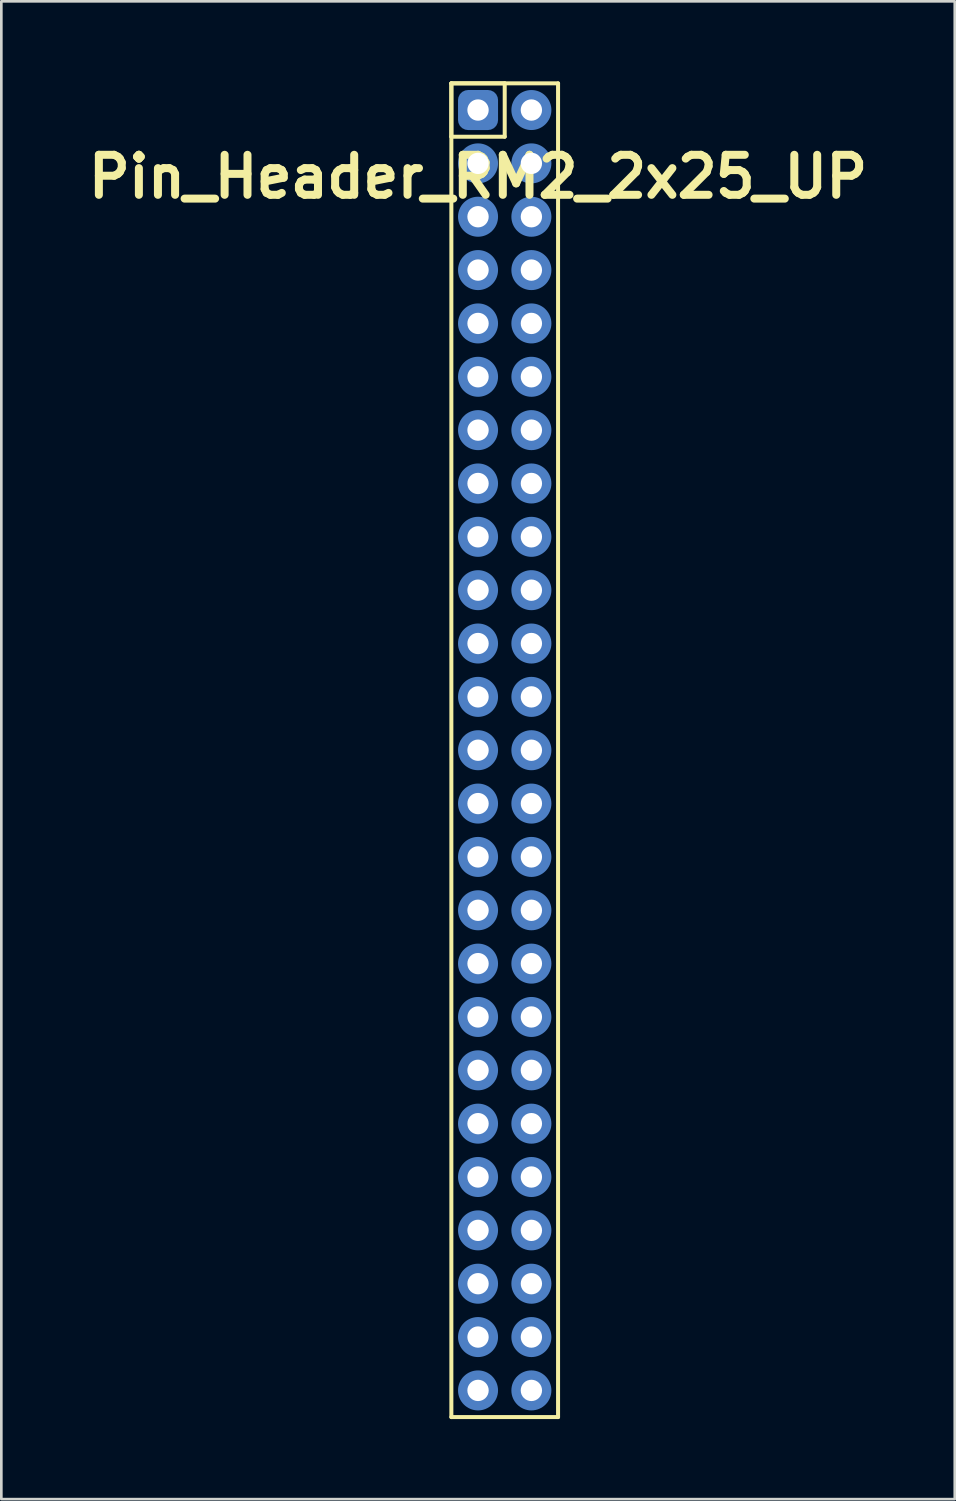
<source format=kicad_pcb>
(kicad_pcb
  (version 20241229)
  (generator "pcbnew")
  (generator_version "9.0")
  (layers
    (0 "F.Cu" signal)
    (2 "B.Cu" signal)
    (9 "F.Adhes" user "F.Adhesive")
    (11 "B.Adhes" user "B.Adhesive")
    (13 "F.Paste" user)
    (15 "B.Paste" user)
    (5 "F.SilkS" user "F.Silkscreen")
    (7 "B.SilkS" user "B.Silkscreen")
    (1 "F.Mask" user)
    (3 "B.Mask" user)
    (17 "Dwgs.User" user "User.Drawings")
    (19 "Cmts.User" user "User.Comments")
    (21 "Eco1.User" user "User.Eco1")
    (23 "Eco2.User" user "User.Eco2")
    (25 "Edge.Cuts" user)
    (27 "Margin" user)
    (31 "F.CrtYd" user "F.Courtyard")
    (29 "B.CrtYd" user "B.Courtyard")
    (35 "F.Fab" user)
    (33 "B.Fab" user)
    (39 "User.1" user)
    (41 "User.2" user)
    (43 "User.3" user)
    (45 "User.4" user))
  (footprint "Pin_Header_RM2_2x25_UP"
    (layer "F.Cu")
    (at 14.871 1.075)
    (property "Reference" "Pin_Header_RM2_2x25_UP" (at 0 2.5 0) (layer "F.SilkS") (effects (font (size 1.5 1.5) (thickness 0.3))))
    (attr through_hole)
    (fp_line (start -1 -1) (end 1 -1) (stroke (width 0.15) (type solid)) (layer "F.SilkS"))
    (fp_line (start -1 -1) (end 3 -1) (stroke (width 0.15) (type solid)) (layer "F.SilkS"))
    (fp_line (start -1 1) (end -1 -1) (stroke (width 0.15) (type solid)) (layer "F.SilkS"))
    (fp_line (start -1 49) (end -1 -1) (stroke (width 0.15) (type solid)) (layer "F.SilkS"))
    (fp_line (start 1 -1) (end 1 1) (stroke (width 0.15) (type solid)) (layer "F.SilkS"))
    (fp_line (start 1 1) (end -1 1) (stroke (width 0.15) (type solid)) (layer "F.SilkS"))
    (fp_line (start 3 -1) (end 3 49) (stroke (width 0.15) (type solid)) (layer "F.SilkS"))
    (fp_line (start 3 49) (end -1 49) (stroke (width 0.15) (type solid)) (layer "F.SilkS"))
    (pad "1" thru_hole circle (at 0 0) (size 1.1 1.1) (drill 0.8) (layers "*.Cu" "*.Mask"))
    (pad "1" smd roundrect (at 0 0) (size 1.25 1.25) (layers "F.Cu" "F.Mask") (roundrect_rratio 0.25))
    (pad "1" smd roundrect (at 0 0) (size 1.5 1.5) (layers "B.Cu" "B.Mask") (roundrect_rratio 0.25))
    (pad "2" thru_hole circle (at 2 0) (size 1.1 1.1) (drill 0.8) (layers "*.Cu" "*.Mask"))
    (pad "2" smd circle (at 2 0) (size 1.25 1.25) (layers "F.Cu" "F.Mask"))
    (pad "2" smd circle (at 2 0) (size 1.5 1.5) (layers "B.Cu" "B.Mask"))
    (pad "3" thru_hole circle (at 0 2) (size 1.1 1.1) (drill 0.8) (layers "*.Cu" "*.Mask"))
    (pad "3" smd circle (at 0 2) (size 1.25 1.25) (layers "F.Cu" "F.Mask"))
    (pad "3" smd circle (at 0 2) (size 1.5 1.5) (layers "B.Cu" "B.Mask"))
    (pad "4" thru_hole circle (at 2 2) (size 1.1 1.1) (drill 0.8) (layers "*.Cu" "*.Mask"))
    (pad "4" smd circle (at 2 2) (size 1.25 1.25) (layers "F.Cu" "F.Mask"))
    (pad "4" smd circle (at 2 2) (size 1.5 1.5) (layers "B.Cu" "B.Mask"))
    (pad "5" thru_hole circle (at 0 4) (size 1.1 1.1) (drill 0.8) (layers "*.Cu" "*.Mask"))
    (pad "5" smd circle (at 0 4) (size 1.25 1.25) (layers "F.Cu" "F.Mask"))
    (pad "5" smd circle (at 0 4) (size 1.5 1.5) (layers "B.Cu" "B.Mask"))
    (pad "6" thru_hole circle (at 2 4) (size 1.1 1.1) (drill 0.8) (layers "*.Cu" "*.Mask"))
    (pad "6" smd circle (at 2 4) (size 1.25 1.25) (layers "F.Cu" "F.Mask"))
    (pad "6" smd circle (at 2 4) (size 1.5 1.5) (layers "B.Cu" "B.Mask"))
    (pad "7" thru_hole circle (at 0 6) (size 1.1 1.1) (drill 0.8) (layers "*.Cu" "*.Mask"))
    (pad "7" smd circle (at 0 6) (size 1.25 1.25) (layers "F.Cu" "F.Mask"))
    (pad "7" smd circle (at 0 6) (size 1.5 1.5) (layers "B.Cu" "B.Mask"))
    (pad "8" thru_hole circle (at 2 6) (size 1.1 1.1) (drill 0.8) (layers "*.Cu" "*.Mask"))
    (pad "8" smd circle (at 2 6) (size 1.25 1.25) (layers "F.Cu" "F.Mask"))
    (pad "8" smd circle (at 2 6) (size 1.5 1.5) (layers "B.Cu" "B.Mask"))
    (pad "9" thru_hole circle (at 0 8) (size 1.1 1.1) (drill 0.8) (layers "*.Cu" "*.Mask"))
    (pad "9" smd circle (at 0 8) (size 1.25 1.25) (layers "F.Cu" "F.Mask"))
    (pad "9" smd circle (at 0 8) (size 1.5 1.5) (layers "B.Cu" "B.Mask"))
    (pad "10" thru_hole circle (at 2 8) (size 1.1 1.1) (drill 0.8) (layers "*.Cu" "*.Mask"))
    (pad "10" smd circle (at 2 8) (size 1.25 1.25) (layers "F.Cu" "F.Mask"))
    (pad "10" smd circle (at 2 8) (size 1.5 1.5) (layers "B.Cu" "B.Mask"))
    (pad "11" thru_hole circle (at 0 10) (size 1.1 1.1) (drill 0.8) (layers "*.Cu" "*.Mask"))
    (pad "11" smd circle (at 0 10) (size 1.25 1.25) (layers "F.Cu" "F.Mask"))
    (pad "11" smd circle (at 0 10) (size 1.5 1.5) (layers "B.Cu" "B.Mask"))
    (pad "12" thru_hole circle (at 2 10) (size 1.1 1.1) (drill 0.8) (layers "*.Cu" "*.Mask"))
    (pad "12" smd circle (at 2 10) (size 1.25 1.25) (layers "F.Cu" "F.Mask"))
    (pad "12" smd circle (at 2 10) (size 1.5 1.5) (layers "B.Cu" "B.Mask"))
    (pad "13" thru_hole circle (at 0 12) (size 1.1 1.1) (drill 0.8) (layers "*.Cu" "*.Mask"))
    (pad "13" smd circle (at 0 12) (size 1.25 1.25) (layers "F.Cu" "F.Mask"))
    (pad "13" smd circle (at 0 12) (size 1.5 1.5) (layers "B.Cu" "B.Mask"))
    (pad "14" thru_hole circle (at 2 12) (size 1.1 1.1) (drill 0.8) (layers "*.Cu" "*.Mask"))
    (pad "14" smd circle (at 2 12) (size 1.25 1.25) (layers "F.Cu" "F.Mask"))
    (pad "14" smd circle (at 2 12) (size 1.5 1.5) (layers "B.Cu" "B.Mask"))
    (pad "15" thru_hole circle (at 0 14) (size 1.1 1.1) (drill 0.8) (layers "*.Cu" "*.Mask"))
    (pad "15" smd circle (at 0 14) (size 1.25 1.25) (layers "F.Cu" "F.Mask"))
    (pad "15" smd circle (at 0 14) (size 1.5 1.5) (layers "B.Cu" "B.Mask"))
    (pad "16" thru_hole circle (at 2 14) (size 1.1 1.1) (drill 0.8) (layers "*.Cu" "*.Mask"))
    (pad "16" smd circle (at 2 14) (size 1.25 1.25) (layers "F.Cu" "F.Mask"))
    (pad "16" smd circle (at 2 14) (size 1.5 1.5) (layers "B.Cu" "B.Mask"))
    (pad "17" thru_hole circle (at 0 16) (size 1.1 1.1) (drill 0.8) (layers "*.Cu" "*.Mask"))
    (pad "17" smd circle (at 0 16) (size 1.25 1.25) (layers "F.Cu" "F.Mask"))
    (pad "17" smd circle (at 0 16) (size 1.5 1.5) (layers "B.Cu" "B.Mask"))
    (pad "18" thru_hole circle (at 2 16) (size 1.1 1.1) (drill 0.8) (layers "*.Cu" "*.Mask"))
    (pad "18" smd circle (at 2 16) (size 1.25 1.25) (layers "F.Cu" "F.Mask"))
    (pad "18" smd circle (at 2 16) (size 1.5 1.5) (layers "B.Cu" "B.Mask"))
    (pad "19" thru_hole circle (at 0 18) (size 1.1 1.1) (drill 0.8) (layers "*.Cu" "*.Mask"))
    (pad "19" smd circle (at 0 18) (size 1.25 1.25) (layers "F.Cu" "F.Mask"))
    (pad "19" smd circle (at 0 18) (size 1.5 1.5) (layers "B.Cu" "B.Mask"))
    (pad "20" thru_hole circle (at 2 18) (size 1.1 1.1) (drill 0.8) (layers "*.Cu" "*.Mask"))
    (pad "20" smd circle (at 2 18) (size 1.25 1.25) (layers "F.Cu" "F.Mask"))
    (pad "20" smd circle (at 2 18) (size 1.5 1.5) (layers "B.Cu" "B.Mask"))
    (pad "21" thru_hole circle (at 0 20) (size 1.1 1.1) (drill 0.8) (layers "*.Cu" "*.Mask"))
    (pad "21" smd circle (at 0 20) (size 1.25 1.25) (layers "F.Cu" "F.Mask"))
    (pad "21" smd circle (at 0 20) (size 1.5 1.5) (layers "B.Cu" "B.Mask"))
    (pad "22" thru_hole circle (at 2 20) (size 1.1 1.1) (drill 0.8) (layers "*.Cu" "*.Mask"))
    (pad "22" smd circle (at 2 20) (size 1.25 1.25) (layers "F.Cu" "F.Mask"))
    (pad "22" smd circle (at 2 20) (size 1.5 1.5) (layers "B.Cu" "B.Mask"))
    (pad "23" thru_hole circle (at 0 22) (size 1.1 1.1) (drill 0.8) (layers "*.Cu" "*.Mask"))
    (pad "23" smd circle (at 0 22) (size 1.25 1.25) (layers "F.Cu" "F.Mask"))
    (pad "23" smd circle (at 0 22) (size 1.5 1.5) (layers "B.Cu" "B.Mask"))
    (pad "24" thru_hole circle (at 2 22) (size 1.1 1.1) (drill 0.8) (layers "*.Cu" "*.Mask"))
    (pad "24" smd circle (at 2 22) (size 1.25 1.25) (layers "F.Cu" "F.Mask"))
    (pad "24" smd circle (at 2 22) (size 1.5 1.5) (layers "B.Cu" "B.Mask"))
    (pad "25" thru_hole circle (at 0 24) (size 1.1 1.1) (drill 0.8) (layers "*.Cu" "*.Mask"))
    (pad "25" smd circle (at 0 24) (size 1.25 1.25) (layers "F.Cu" "F.Mask"))
    (pad "25" smd circle (at 0 24) (size 1.5 1.5) (layers "B.Cu" "B.Mask"))
    (pad "26" thru_hole circle (at 2 24) (size 1.1 1.1) (drill 0.8) (layers "*.Cu" "*.Mask"))
    (pad "26" smd circle (at 2 24) (size 1.25 1.25) (layers "F.Cu" "F.Mask"))
    (pad "26" smd circle (at 2 24) (size 1.5 1.5) (layers "B.Cu" "B.Mask"))
    (pad "27" thru_hole circle (at 0 26) (size 1.1 1.1) (drill 0.8) (layers "*.Cu" "*.Mask"))
    (pad "27" smd circle (at 0 26) (size 1.25 1.25) (layers "F.Cu" "F.Mask"))
    (pad "27" smd circle (at 0 26) (size 1.5 1.5) (layers "B.Cu" "B.Mask"))
    (pad "28" thru_hole circle (at 2 26) (size 1.1 1.1) (drill 0.8) (layers "*.Cu" "*.Mask"))
    (pad "28" smd circle (at 2 26) (size 1.25 1.25) (layers "F.Cu" "F.Mask"))
    (pad "28" smd circle (at 2 26) (size 1.5 1.5) (layers "B.Cu" "B.Mask"))
    (pad "29" thru_hole circle (at 0 28) (size 1.1 1.1) (drill 0.8) (layers "*.Cu" "*.Mask"))
    (pad "29" smd circle (at 0 28) (size 1.25 1.25) (layers "F.Cu" "F.Mask"))
    (pad "29" smd circle (at 0 28) (size 1.5 1.5) (layers "B.Cu" "B.Mask"))
    (pad "30" thru_hole circle (at 2 28) (size 1.1 1.1) (drill 0.8) (layers "*.Cu" "*.Mask"))
    (pad "30" smd circle (at 2 28) (size 1.25 1.25) (layers "F.Cu" "F.Mask"))
    (pad "30" smd circle (at 2 28) (size 1.5 1.5) (layers "B.Cu" "B.Mask"))
    (pad "31" thru_hole circle (at 0 30) (size 1.1 1.1) (drill 0.8) (layers "*.Cu" "*.Mask"))
    (pad "31" smd circle (at 0 30) (size 1.25 1.25) (layers "F.Cu" "F.Mask"))
    (pad "31" smd circle (at 0 30) (size 1.5 1.5) (layers "B.Cu" "B.Mask"))
    (pad "32" thru_hole circle (at 2 30) (size 1.1 1.1) (drill 0.8) (layers "*.Cu" "*.Mask"))
    (pad "32" smd circle (at 2 30) (size 1.25 1.25) (layers "F.Cu" "F.Mask"))
    (pad "32" smd circle (at 2 30) (size 1.5 1.5) (layers "B.Cu" "B.Mask"))
    (pad "33" thru_hole circle (at 0 32) (size 1.1 1.1) (drill 0.8) (layers "*.Cu" "*.Mask"))
    (pad "33" smd circle (at 0 32) (size 1.25 1.25) (layers "F.Cu" "F.Mask"))
    (pad "33" smd circle (at 0 32) (size 1.5 1.5) (layers "B.Cu" "B.Mask"))
    (pad "34" thru_hole circle (at 2 32) (size 1.1 1.1) (drill 0.8) (layers "*.Cu" "*.Mask"))
    (pad "34" smd circle (at 2 32) (size 1.25 1.25) (layers "F.Cu" "F.Mask"))
    (pad "34" smd circle (at 2 32) (size 1.5 1.5) (layers "B.Cu" "B.Mask"))
    (pad "35" thru_hole circle (at 0 34) (size 1.1 1.1) (drill 0.8) (layers "*.Cu" "*.Mask"))
    (pad "35" smd circle (at 0 34) (size 1.25 1.25) (layers "F.Cu" "F.Mask"))
    (pad "35" smd circle (at 0 34) (size 1.5 1.5) (layers "B.Cu" "B.Mask"))
    (pad "36" thru_hole circle (at 2 34) (size 1.1 1.1) (drill 0.8) (layers "*.Cu" "*.Mask"))
    (pad "36" smd circle (at 2 34) (size 1.25 1.25) (layers "F.Cu" "F.Mask"))
    (pad "36" smd circle (at 2 34) (size 1.5 1.5) (layers "B.Cu" "B.Mask"))
    (pad "37" thru_hole circle (at 0 36) (size 1.1 1.1) (drill 0.8) (layers "*.Cu" "*.Mask"))
    (pad "37" smd circle (at 0 36) (size 1.25 1.25) (layers "F.Cu" "F.Mask"))
    (pad "37" smd circle (at 0 36) (size 1.5 1.5) (layers "B.Cu" "B.Mask"))
    (pad "38" thru_hole circle (at 2 36) (size 1.1 1.1) (drill 0.8) (layers "*.Cu" "*.Mask"))
    (pad "38" smd circle (at 2 36) (size 1.25 1.25) (layers "F.Cu" "F.Mask"))
    (pad "38" smd circle (at 2 36) (size 1.5 1.5) (layers "B.Cu" "B.Mask"))
    (pad "39" thru_hole circle (at 0 38) (size 1.1 1.1) (drill 0.8) (layers "*.Cu" "*.Mask"))
    (pad "39" smd circle (at 0 38) (size 1.25 1.25) (layers "F.Cu" "F.Mask"))
    (pad "39" smd circle (at 0 38) (size 1.5 1.5) (layers "B.Cu" "B.Mask"))
    (pad "40" thru_hole circle (at 2 38) (size 1.1 1.1) (drill 0.8) (layers "*.Cu" "*.Mask"))
    (pad "40" smd circle (at 2 38) (size 1.25 1.25) (layers "F.Cu" "F.Mask"))
    (pad "40" smd circle (at 2 38) (size 1.5 1.5) (layers "B.Cu" "B.Mask"))
    (pad "41" thru_hole circle (at 0 40) (size 1.1 1.1) (drill 0.8) (layers "*.Cu" "*.Mask"))
    (pad "41" smd circle (at 0 40) (size 1.25 1.25) (layers "F.Cu" "F.Mask"))
    (pad "41" smd circle (at 0 40) (size 1.5 1.5) (layers "B.Cu" "B.Mask"))
    (pad "42" thru_hole circle (at 2 40) (size 1.1 1.1) (drill 0.8) (layers "*.Cu" "*.Mask"))
    (pad "42" smd circle (at 2 40) (size 1.25 1.25) (layers "F.Cu" "F.Mask"))
    (pad "42" smd circle (at 2 40) (size 1.5 1.5) (layers "B.Cu" "B.Mask"))
    (pad "43" thru_hole circle (at 0 42) (size 1.1 1.1) (drill 0.8) (layers "*.Cu" "*.Mask"))
    (pad "43" smd circle (at 0 42) (size 1.25 1.25) (layers "F.Cu" "F.Mask"))
    (pad "43" smd circle (at 0 42) (size 1.5 1.5) (layers "B.Cu" "B.Mask"))
    (pad "44" thru_hole circle (at 2 42) (size 1.1 1.1) (drill 0.8) (layers "*.Cu" "*.Mask"))
    (pad "44" smd circle (at 2 42) (size 1.25 1.25) (layers "F.Cu" "F.Mask"))
    (pad "44" smd circle (at 2 42) (size 1.5 1.5) (layers "B.Cu" "B.Mask"))
    (pad "45" thru_hole circle (at 0 44) (size 1.1 1.1) (drill 0.8) (layers "*.Cu" "*.Mask"))
    (pad "45" smd circle (at 0 44) (size 1.25 1.25) (layers "F.Cu" "F.Mask"))
    (pad "45" smd circle (at 0 44) (size 1.5 1.5) (layers "B.Cu" "B.Mask"))
    (pad "46" thru_hole circle (at 2 44) (size 1.1 1.1) (drill 0.8) (layers "*.Cu" "*.Mask"))
    (pad "46" smd circle (at 2 44) (size 1.25 1.25) (layers "F.Cu" "F.Mask"))
    (pad "46" smd circle (at 2 44) (size 1.5 1.5) (layers "B.Cu" "B.Mask"))
    (pad "47" thru_hole circle (at 0 46) (size 1.1 1.1) (drill 0.8) (layers "*.Cu" "*.Mask"))
    (pad "47" smd circle (at 0 46) (size 1.25 1.25) (layers "F.Cu" "F.Mask"))
    (pad "47" smd circle (at 0 46) (size 1.5 1.5) (layers "B.Cu" "B.Mask"))
    (pad "48" thru_hole circle (at 2 46) (size 1.1 1.1) (drill 0.8) (layers "*.Cu" "*.Mask"))
    (pad "48" smd circle (at 2 46) (size 1.25 1.25) (layers "F.Cu" "F.Mask"))
    (pad "48" smd circle (at 2 46) (size 1.5 1.5) (layers "B.Cu" "B.Mask"))
    (pad "49" thru_hole circle (at 0 48) (size 1.1 1.1) (drill 0.8) (layers "*.Cu" "*.Mask"))
    (pad "49" smd circle (at 0 48) (size 1.25 1.25) (layers "F.Cu" "F.Mask"))
    (pad "49" smd circle (at 0 48) (size 1.5 1.5) (layers "B.Cu" "B.Mask"))
    (pad "50" thru_hole circle (at 2 48) (size 1.1 1.1) (drill 0.8) (layers "*.Cu" "*.Mask"))
    (pad "50" smd circle (at 2 48) (size 1.25 1.25) (layers "F.Cu" "F.Mask"))
    (pad "50" smd circle (at 2 48) (size 1.5 1.5) (layers "B.Cu" "B.Mask")))
  (gr_rect
    (start -3 -3)
    (end 32.743 53.15)
    (stroke (width 0.1) (type default))
    (fill no)
    (layer "Edge.Cuts")))
</source>
